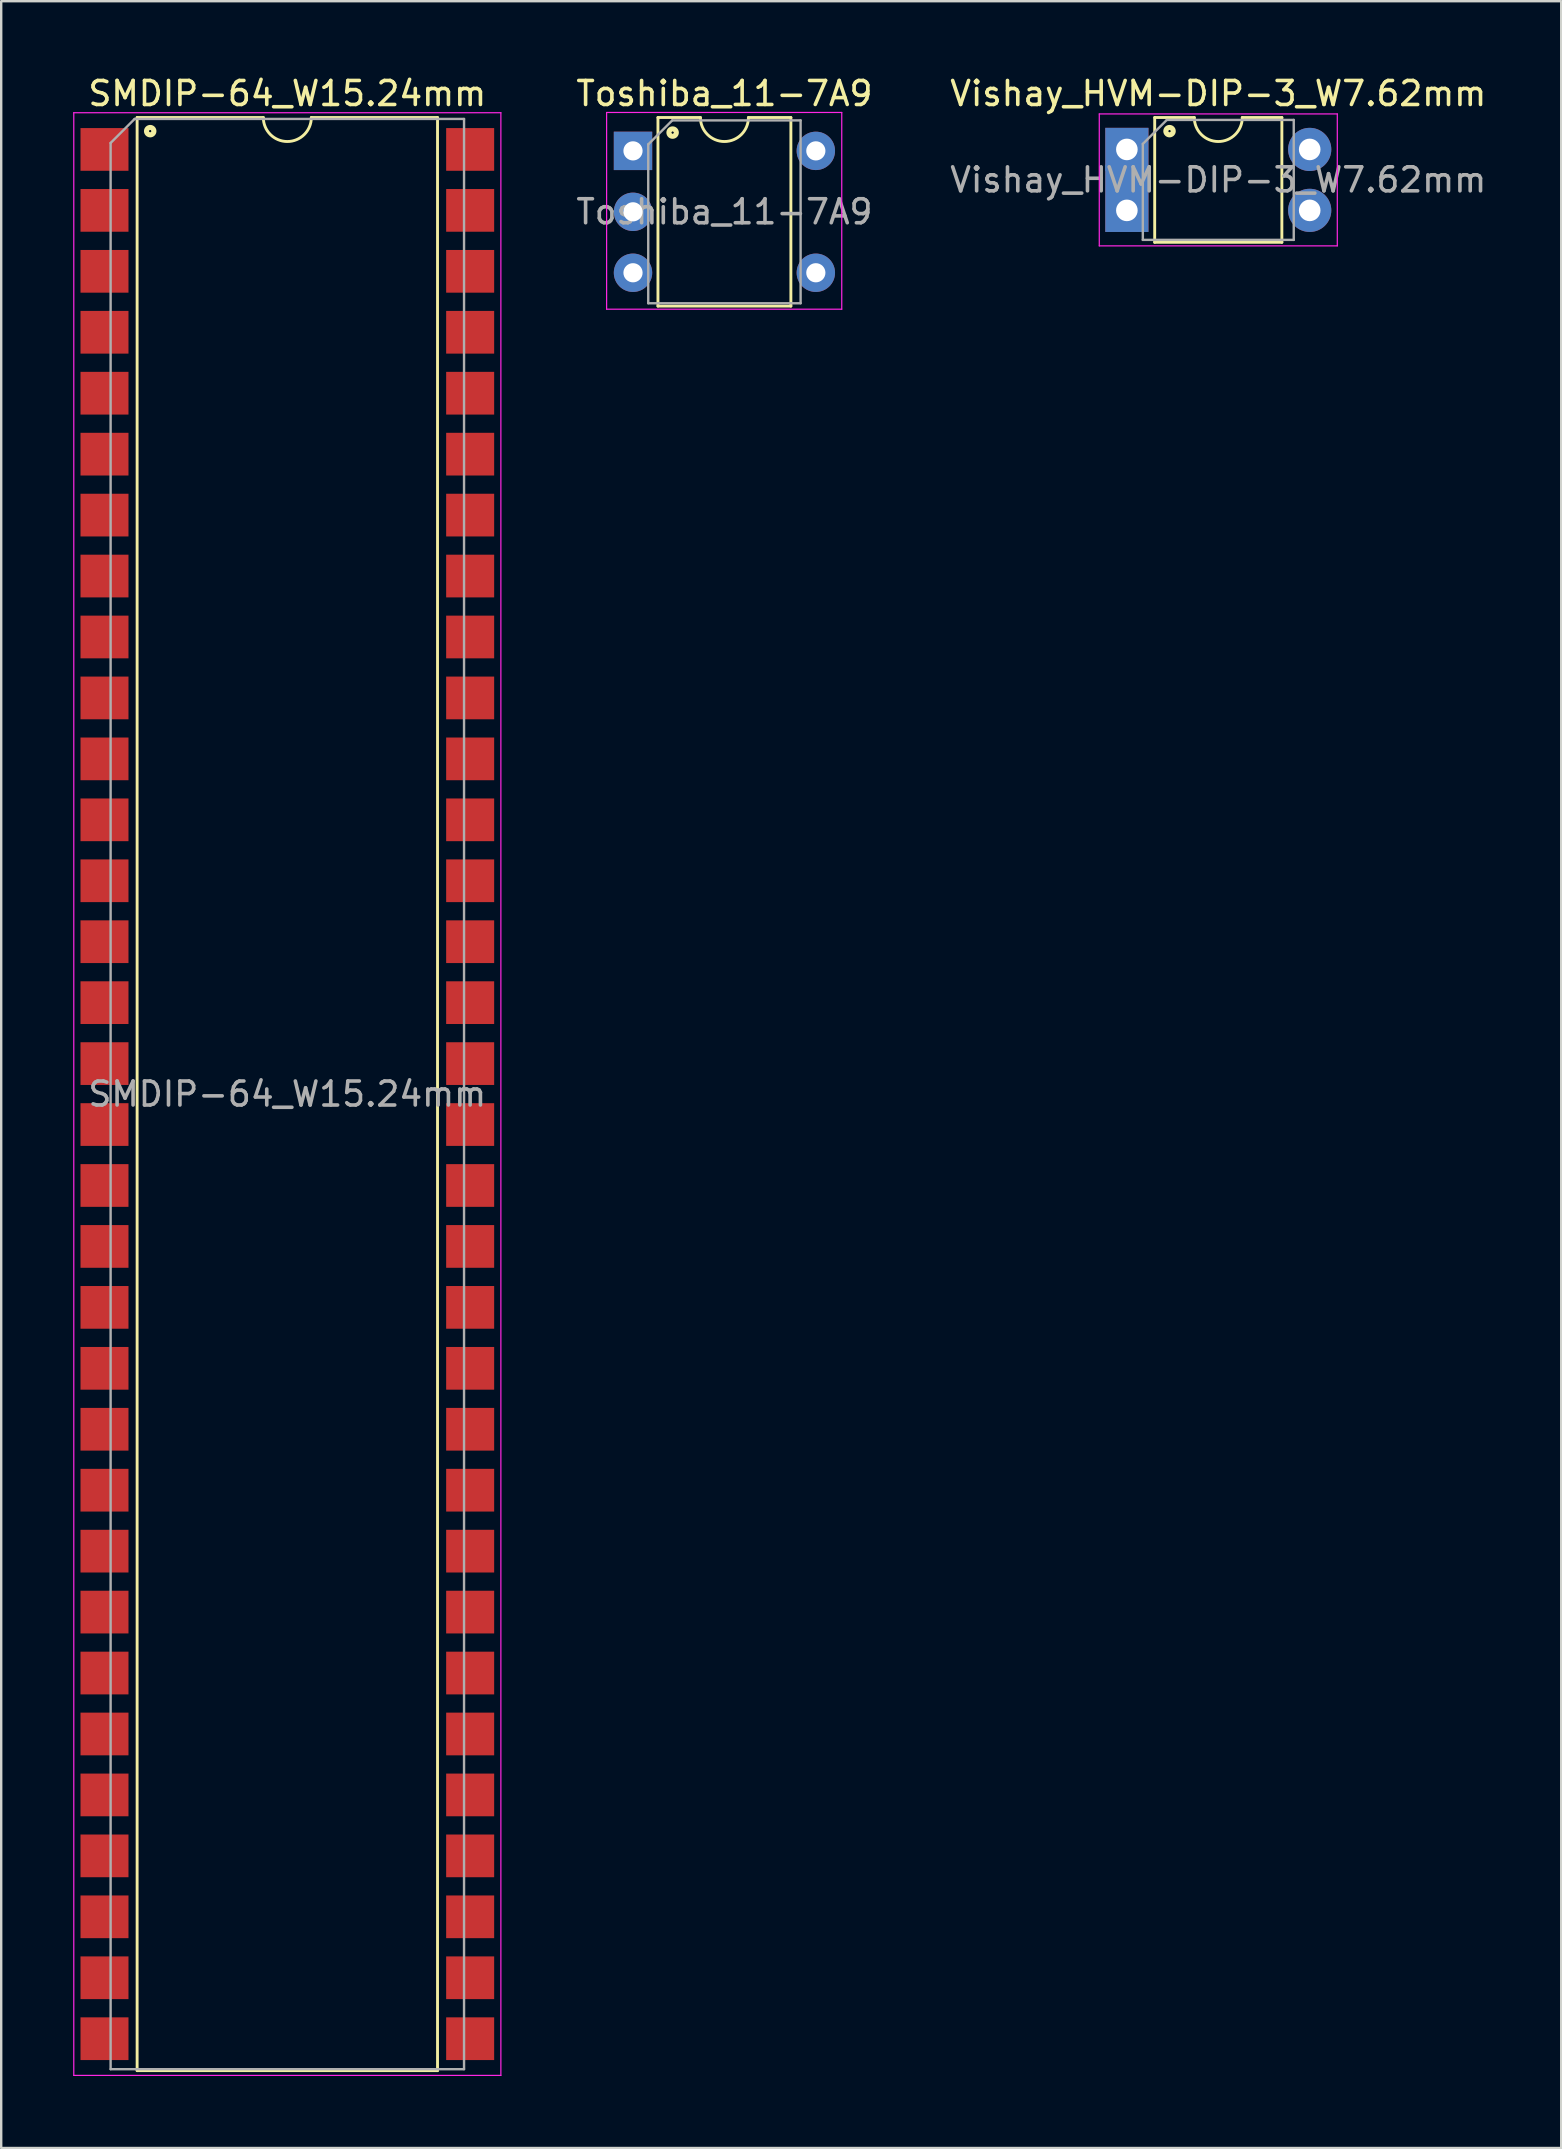
<source format=kicad_pcb>
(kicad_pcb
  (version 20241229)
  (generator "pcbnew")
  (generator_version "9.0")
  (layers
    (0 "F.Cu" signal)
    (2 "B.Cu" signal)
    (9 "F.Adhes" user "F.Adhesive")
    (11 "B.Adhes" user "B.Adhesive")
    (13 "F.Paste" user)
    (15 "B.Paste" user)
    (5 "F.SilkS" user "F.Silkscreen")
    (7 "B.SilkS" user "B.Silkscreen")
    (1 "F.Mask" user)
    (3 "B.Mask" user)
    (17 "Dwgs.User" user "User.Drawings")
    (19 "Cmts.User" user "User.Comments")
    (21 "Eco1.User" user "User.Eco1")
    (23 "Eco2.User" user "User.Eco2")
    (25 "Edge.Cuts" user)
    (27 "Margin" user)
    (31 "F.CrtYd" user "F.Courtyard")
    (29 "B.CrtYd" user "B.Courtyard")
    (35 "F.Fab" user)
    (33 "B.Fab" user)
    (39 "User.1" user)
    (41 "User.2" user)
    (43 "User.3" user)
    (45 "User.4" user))
  (footprint "Toshiba_11-7A9"
    (layer "F.Cu")
    (at 23.332 3.238)
    (property "Reference" "Toshiba_11-7A9" (at 3.81 -2.39 0) (layer "F.SilkS") (effects (font (size 1 1) (thickness 0.15))))
    (attr through_hole)
    (fp_line (start 1.04 -1.39) (end 1.04 6.47) (stroke (width 0.12) (type solid)) (layer "F.SilkS"))
    (fp_line (start 1.04 6.47) (end 6.58 6.47) (stroke (width 0.12) (type solid)) (layer "F.SilkS"))
    (fp_line (start 2.81 -1.39) (end 1.04 -1.39) (stroke (width 0.12) (type solid)) (layer "F.SilkS"))
    (fp_line (start 6.58 -1.39) (end 4.81 -1.39) (stroke (width 0.12) (type solid)) (layer "F.SilkS"))
    (fp_line (start 6.58 6.47) (end 6.58 -1.39) (stroke (width 0.12) (type solid)) (layer "F.SilkS"))
    (fp_arc (start 4.81 -1.39) (mid 3.81 -0.39) (end 2.81 -1.39) (stroke (width 0.12) (type solid)) (layer "F.SilkS"))
    (fp_circle (center 1.651 -0.762) (end 1.701 -0.762) (stroke (width 0.12) (type solid)) (fill no) (layer "F.SilkS"))
    (fp_circle (center 1.651 -0.762) (end 1.776 -0.762) (stroke (width 0.12) (type solid)) (fill no) (layer "F.SilkS"))
    (fp_circle (center 1.651 -0.762) (end 1.851 -0.762) (stroke (width 0.12) (type solid)) (fill no) (layer "F.SilkS"))
    (fp_line (start -1.1 -1.6) (end -1.1 6.6) (stroke (width 0.05) (type solid)) (layer "F.CrtYd"))
    (fp_line (start -1.1 6.6) (end 8.7 6.6) (stroke (width 0.05) (type solid)) (layer "F.CrtYd"))
    (fp_line (start 8.7 -1.6) (end -1.1 -1.6) (stroke (width 0.05) (type solid)) (layer "F.CrtYd"))
    (fp_line (start 8.7 6.6) (end 8.7 -1.6) (stroke (width 0.05) (type solid)) (layer "F.CrtYd"))
    (fp_line (start 0.635 -0.27) (end 1.635 -1.27) (stroke (width 0.1) (type solid)) (layer "F.Fab"))
    (fp_line (start 0.635 6.35) (end 0.635 -0.27) (stroke (width 0.1) (type solid)) (layer "F.Fab"))
    (fp_line (start 1.635 -1.27) (end 6.985 -1.27) (stroke (width 0.1) (type solid)) (layer "F.Fab"))
    (fp_line (start 6.985 -1.27) (end 6.985 6.35) (stroke (width 0.1) (type solid)) (layer "F.Fab"))
    (fp_line (start 6.985 6.35) (end 0.635 6.35) (stroke (width 0.1) (type solid)) (layer "F.Fab"))
    (fp_text user "${REFERENCE}" (at 3.81 2.54 0) (layer "F.Fab") (effects (font (size 1 1) (thickness 0.15))))
    (pad "1" thru_hole rect (at 0 0) (size 1.6 1.6) (drill 0.8) (layers "*.Cu" "*.Mask"))
    (pad "2" thru_hole oval (at 0 2.54) (size 1.6 1.6) (drill 0.8) (layers "*.Cu" "*.Mask"))
    (pad "3" thru_hole oval (at 0 5.08) (size 1.6 1.6) (drill 0.8) (layers "*.Cu" "*.Mask"))
    (pad "4" thru_hole oval (at 7.62 5.08) (size 1.6 1.6) (drill 0.8) (layers "*.Cu" "*.Mask"))
    (pad "6" thru_hole oval (at 7.62 0) (size 1.6 1.6) (drill 0.8) (layers "*.Cu" "*.Mask")))
  (footprint "SMDIP-64_W15.24mm"
    (layer "F.Cu")
    (at 8.925 42.548)
    (property "Reference" "SMDIP-64_W15.24mm" (at 0 -41.7 0) (layer "F.SilkS") (effects (font (size 1 1) (thickness 0.15))))
    (attr smd)
    (fp_line (start -6.26 -40.7) (end -6.26 40.7) (stroke (width 0.12) (type solid)) (layer "F.SilkS"))
    (fp_line (start -6.26 40.7) (end 6.26 40.7) (stroke (width 0.12) (type solid)) (layer "F.SilkS"))
    (fp_line (start -1 -40.7) (end -6.26 -40.7) (stroke (width 0.12) (type solid)) (layer "F.SilkS"))
    (fp_line (start 6.26 -40.7) (end 1 -40.7) (stroke (width 0.12) (type solid)) (layer "F.SilkS"))
    (fp_line (start 6.26 40.7) (end 6.26 -40.7) (stroke (width 0.12) (type solid)) (layer "F.SilkS"))
    (fp_arc (start 1 -40.7) (mid 0 -39.7) (end -1 -40.7) (stroke (width 0.12) (type solid)) (layer "F.SilkS"))
    (fp_circle (center -5.715 -40.132) (end -5.665 -40.132) (stroke (width 0.12) (type solid)) (fill no) (layer "F.SilkS"))
    (fp_circle (center -5.715 -40.132) (end -5.59 -40.132) (stroke (width 0.12) (type solid)) (fill no) (layer "F.SilkS"))
    (fp_circle (center -5.715 -40.132) (end -5.515 -40.132) (stroke (width 0.12) (type solid)) (fill no) (layer "F.SilkS"))
    (fp_line (start -8.9 -40.9) (end -8.9 40.9) (stroke (width 0.05) (type solid)) (layer "F.CrtYd"))
    (fp_line (start -8.9 40.9) (end 8.9 40.9) (stroke (width 0.05) (type solid)) (layer "F.CrtYd"))
    (fp_line (start 8.9 -40.9) (end -8.9 -40.9) (stroke (width 0.05) (type solid)) (layer "F.CrtYd"))
    (fp_line (start 8.9 40.9) (end 8.9 -40.9) (stroke (width 0.05) (type solid)) (layer "F.CrtYd"))
    (fp_line (start -7.365 -39.64) (end -6.365 -40.64) (stroke (width 0.1) (type solid)) (layer "F.Fab"))
    (fp_line (start -7.365 40.64) (end -7.365 -39.64) (stroke (width 0.1) (type solid)) (layer "F.Fab"))
    (fp_line (start -6.365 -40.64) (end 7.365 -40.64) (stroke (width 0.1) (type solid)) (layer "F.Fab"))
    (fp_line (start 7.365 -40.64) (end 7.365 40.64) (stroke (width 0.1) (type solid)) (layer "F.Fab"))
    (fp_line (start 7.365 40.64) (end -7.365 40.64) (stroke (width 0.1) (type solid)) (layer "F.Fab"))
    (fp_text user "${REFERENCE}" (at 0 0 0) (layer "F.Fab") (effects (font (size 1 1) (thickness 0.15))))
    (pad "1" smd rect (at -7.62 -39.37) (size 2 1.78) (layers "F.Cu" "F.Mask" "F.Paste"))
    (pad "2" smd rect (at -7.62 -36.83) (size 2 1.78) (layers "F.Cu" "F.Mask" "F.Paste"))
    (pad "3" smd rect (at -7.62 -34.29) (size 2 1.78) (layers "F.Cu" "F.Mask" "F.Paste"))
    (pad "4" smd rect (at -7.62 -31.75) (size 2 1.78) (layers "F.Cu" "F.Mask" "F.Paste"))
    (pad "5" smd rect (at -7.62 -29.21) (size 2 1.78) (layers "F.Cu" "F.Mask" "F.Paste"))
    (pad "6" smd rect (at -7.62 -26.67) (size 2 1.78) (layers "F.Cu" "F.Mask" "F.Paste"))
    (pad "7" smd rect (at -7.62 -24.13) (size 2 1.78) (layers "F.Cu" "F.Mask" "F.Paste"))
    (pad "8" smd rect (at -7.62 -21.59) (size 2 1.78) (layers "F.Cu" "F.Mask" "F.Paste"))
    (pad "9" smd rect (at -7.62 -19.05) (size 2 1.78) (layers "F.Cu" "F.Mask" "F.Paste"))
    (pad "10" smd rect (at -7.62 -16.51) (size 2 1.78) (layers "F.Cu" "F.Mask" "F.Paste"))
    (pad "11" smd rect (at -7.62 -13.97) (size 2 1.78) (layers "F.Cu" "F.Mask" "F.Paste"))
    (pad "12" smd rect (at -7.62 -11.43) (size 2 1.78) (layers "F.Cu" "F.Mask" "F.Paste"))
    (pad "13" smd rect (at -7.62 -8.89) (size 2 1.78) (layers "F.Cu" "F.Mask" "F.Paste"))
    (pad "14" smd rect (at -7.62 -6.35) (size 2 1.78) (layers "F.Cu" "F.Mask" "F.Paste"))
    (pad "15" smd rect (at -7.62 -3.81) (size 2 1.78) (layers "F.Cu" "F.Mask" "F.Paste"))
    (pad "16" smd rect (at -7.62 -1.27) (size 2 1.78) (layers "F.Cu" "F.Mask" "F.Paste"))
    (pad "17" smd rect (at -7.62 1.27) (size 2 1.78) (layers "F.Cu" "F.Mask" "F.Paste"))
    (pad "18" smd rect (at -7.62 3.81) (size 2 1.78) (layers "F.Cu" "F.Mask" "F.Paste"))
    (pad "19" smd rect (at -7.62 6.35) (size 2 1.78) (layers "F.Cu" "F.Mask" "F.Paste"))
    (pad "20" smd rect (at -7.62 8.89) (size 2 1.78) (layers "F.Cu" "F.Mask" "F.Paste"))
    (pad "21" smd rect (at -7.62 11.43) (size 2 1.78) (layers "F.Cu" "F.Mask" "F.Paste"))
    (pad "22" smd rect (at -7.62 13.97) (size 2 1.78) (layers "F.Cu" "F.Mask" "F.Paste"))
    (pad "23" smd rect (at -7.62 16.51) (size 2 1.78) (layers "F.Cu" "F.Mask" "F.Paste"))
    (pad "24" smd rect (at -7.62 19.05) (size 2 1.78) (layers "F.Cu" "F.Mask" "F.Paste"))
    (pad "25" smd rect (at -7.62 21.59) (size 2 1.78) (layers "F.Cu" "F.Mask" "F.Paste"))
    (pad "26" smd rect (at -7.62 24.13) (size 2 1.78) (layers "F.Cu" "F.Mask" "F.Paste"))
    (pad "27" smd rect (at -7.62 26.67) (size 2 1.78) (layers "F.Cu" "F.Mask" "F.Paste"))
    (pad "28" smd rect (at -7.62 29.21) (size 2 1.78) (layers "F.Cu" "F.Mask" "F.Paste"))
    (pad "29" smd rect (at -7.62 31.75) (size 2 1.78) (layers "F.Cu" "F.Mask" "F.Paste"))
    (pad "30" smd rect (at -7.62 34.29) (size 2 1.78) (layers "F.Cu" "F.Mask" "F.Paste"))
    (pad "31" smd rect (at -7.62 36.83) (size 2 1.78) (layers "F.Cu" "F.Mask" "F.Paste"))
    (pad "32" smd rect (at -7.62 39.37) (size 2 1.78) (layers "F.Cu" "F.Mask" "F.Paste"))
    (pad "33" smd rect (at 7.62 39.37) (size 2 1.78) (layers "F.Cu" "F.Mask" "F.Paste"))
    (pad "34" smd rect (at 7.62 36.83) (size 2 1.78) (layers "F.Cu" "F.Mask" "F.Paste"))
    (pad "35" smd rect (at 7.62 34.29) (size 2 1.78) (layers "F.Cu" "F.Mask" "F.Paste"))
    (pad "36" smd rect (at 7.62 31.75) (size 2 1.78) (layers "F.Cu" "F.Mask" "F.Paste"))
    (pad "37" smd rect (at 7.62 29.21) (size 2 1.78) (layers "F.Cu" "F.Mask" "F.Paste"))
    (pad "38" smd rect (at 7.62 26.67) (size 2 1.78) (layers "F.Cu" "F.Mask" "F.Paste"))
    (pad "39" smd rect (at 7.62 24.13) (size 2 1.78) (layers "F.Cu" "F.Mask" "F.Paste"))
    (pad "40" smd rect (at 7.62 21.59) (size 2 1.78) (layers "F.Cu" "F.Mask" "F.Paste"))
    (pad "41" smd rect (at 7.62 19.05) (size 2 1.78) (layers "F.Cu" "F.Mask" "F.Paste"))
    (pad "42" smd rect (at 7.62 16.51) (size 2 1.78) (layers "F.Cu" "F.Mask" "F.Paste"))
    (pad "43" smd rect (at 7.62 13.97) (size 2 1.78) (layers "F.Cu" "F.Mask" "F.Paste"))
    (pad "44" smd rect (at 7.62 11.43) (size 2 1.78) (layers "F.Cu" "F.Mask" "F.Paste"))
    (pad "45" smd rect (at 7.62 8.89) (size 2 1.78) (layers "F.Cu" "F.Mask" "F.Paste"))
    (pad "46" smd rect (at 7.62 6.35) (size 2 1.78) (layers "F.Cu" "F.Mask" "F.Paste"))
    (pad "47" smd rect (at 7.62 3.81) (size 2 1.78) (layers "F.Cu" "F.Mask" "F.Paste"))
    (pad "48" smd rect (at 7.62 1.27) (size 2 1.78) (layers "F.Cu" "F.Mask" "F.Paste"))
    (pad "49" smd rect (at 7.62 -1.27) (size 2 1.78) (layers "F.Cu" "F.Mask" "F.Paste"))
    (pad "50" smd rect (at 7.62 -3.81) (size 2 1.78) (layers "F.Cu" "F.Mask" "F.Paste"))
    (pad "51" smd rect (at 7.62 -6.35) (size 2 1.78) (layers "F.Cu" "F.Mask" "F.Paste"))
    (pad "52" smd rect (at 7.62 -8.89) (size 2 1.78) (layers "F.Cu" "F.Mask" "F.Paste"))
    (pad "53" smd rect (at 7.62 -11.43) (size 2 1.78) (layers "F.Cu" "F.Mask" "F.Paste"))
    (pad "54" smd rect (at 7.62 -13.97) (size 2 1.78) (layers "F.Cu" "F.Mask" "F.Paste"))
    (pad "55" smd rect (at 7.62 -16.51) (size 2 1.78) (layers "F.Cu" "F.Mask" "F.Paste"))
    (pad "56" smd rect (at 7.62 -19.05) (size 2 1.78) (layers "F.Cu" "F.Mask" "F.Paste"))
    (pad "57" smd rect (at 7.62 -21.59) (size 2 1.78) (layers "F.Cu" "F.Mask" "F.Paste"))
    (pad "58" smd rect (at 7.62 -24.13) (size 2 1.78) (layers "F.Cu" "F.Mask" "F.Paste"))
    (pad "59" smd rect (at 7.62 -26.67) (size 2 1.78) (layers "F.Cu" "F.Mask" "F.Paste"))
    (pad "60" smd rect (at 7.62 -29.21) (size 2 1.78) (layers "F.Cu" "F.Mask" "F.Paste"))
    (pad "61" smd rect (at 7.62 -31.75) (size 2 1.78) (layers "F.Cu" "F.Mask" "F.Paste"))
    (pad "62" smd rect (at 7.62 -34.29) (size 2 1.78) (layers "F.Cu" "F.Mask" "F.Paste"))
    (pad "63" smd rect (at 7.62 -36.83) (size 2 1.78) (layers "F.Cu" "F.Mask" "F.Paste"))
    (pad "64" smd rect (at 7.62 -39.37) (size 2 1.78) (layers "F.Cu" "F.Mask" "F.Paste")))
  (footprint "Vishay_HVM-DIP-3_W7.62mm"
    (layer "F.Cu")
    (at 43.915 3.178)
    (property "Reference" "Vishay_HVM-DIP-3_W7.62mm" (at 3.81 -2.33 0) (layer "F.SilkS") (effects (font (size 1 1) (thickness 0.15))))
    (attr through_hole)
    (fp_line (start 1.16 -1.33) (end 1.16 3.87) (stroke (width 0.12) (type solid)) (layer "F.SilkS"))
    (fp_line (start 1.16 3.87) (end 6.46 3.87) (stroke (width 0.12) (type solid)) (layer "F.SilkS"))
    (fp_line (start 2.81 -1.33) (end 1.16 -1.33) (stroke (width 0.12) (type solid)) (layer "F.SilkS"))
    (fp_line (start 6.46 -1.33) (end 4.81 -1.33) (stroke (width 0.12) (type solid)) (layer "F.SilkS"))
    (fp_line (start 6.46 3.87) (end 6.46 -1.33) (stroke (width 0.12) (type solid)) (layer "F.SilkS"))
    (fp_arc (start 4.81 -1.33) (mid 3.81 -0.33) (end 2.81 -1.33) (stroke (width 0.12) (type solid)) (layer "F.SilkS"))
    (fp_circle (center 1.778 -0.762) (end 1.828 -0.762) (stroke (width 0.12) (type solid)) (fill no) (layer "F.SilkS"))
    (fp_circle (center 1.778 -0.762) (end 1.903 -0.762) (stroke (width 0.12) (type solid)) (fill no) (layer "F.SilkS"))
    (fp_circle (center 1.778 -0.762) (end 1.978 -0.762) (stroke (width 0.12) (type solid)) (fill no) (layer "F.SilkS"))
    (fp_line (start -1.15 -1.48) (end -1.15 4.02) (stroke (width 0.05) (type solid)) (layer "F.CrtYd"))
    (fp_line (start -1.15 -1.48) (end 8.77 -1.48) (stroke (width 0.05) (type solid)) (layer "F.CrtYd"))
    (fp_line (start 8.77 4.02) (end -1.15 4.02) (stroke (width 0.05) (type solid)) (layer "F.CrtYd"))
    (fp_line (start 8.77 4.02) (end 8.77 -1.48) (stroke (width 0.05) (type solid)) (layer "F.CrtYd"))
    (fp_line (start 0.665 -0.23) (end 1.665 -1.23) (stroke (width 0.1) (type solid)) (layer "F.Fab"))
    (fp_line (start 0.665 3.77) (end 0.665 -0.23) (stroke (width 0.1) (type solid)) (layer "F.Fab"))
    (fp_line (start 1.665 -1.23) (end 6.955 -1.23) (stroke (width 0.1) (type solid)) (layer "F.Fab"))
    (fp_line (start 6.955 -1.23) (end 6.955 3.77) (stroke (width 0.1) (type solid)) (layer "F.Fab"))
    (fp_line (start 6.955 3.77) (end 0.665 3.77) (stroke (width 0.1) (type solid)) (layer "F.Fab"))
    (fp_text user "${REFERENCE}" (at 3.81 1.27 0) (layer "F.Fab") (effects (font (size 1 1) (thickness 0.15))))
    (pad "1" thru_hole rect (at 0 0) (size 1.8 1.8) (drill 0.9) (layers "*.Cu" "*.Mask"))
    (pad "1" thru_hole rect (at 0 2.54) (size 1.8 2.8) (drill 0.9 (offset 0 -0.5)) (layers "*.Cu" "*.Mask"))
    (pad "2" thru_hole oval (at 7.62 2.54) (size 1.8 1.8) (drill 0.9) (layers "*.Cu" "*.Mask"))
    (pad "3" thru_hole oval (at 7.62 0) (size 1.8 1.8) (drill 0.9) (layers "*.Cu" "*.Mask")))
  (gr_rect
    (start -3 -3)
    (end 62.017 86.473)
    (stroke (width 0.1) (type default))
    (fill no)
    (layer "Edge.Cuts")))
</source>
